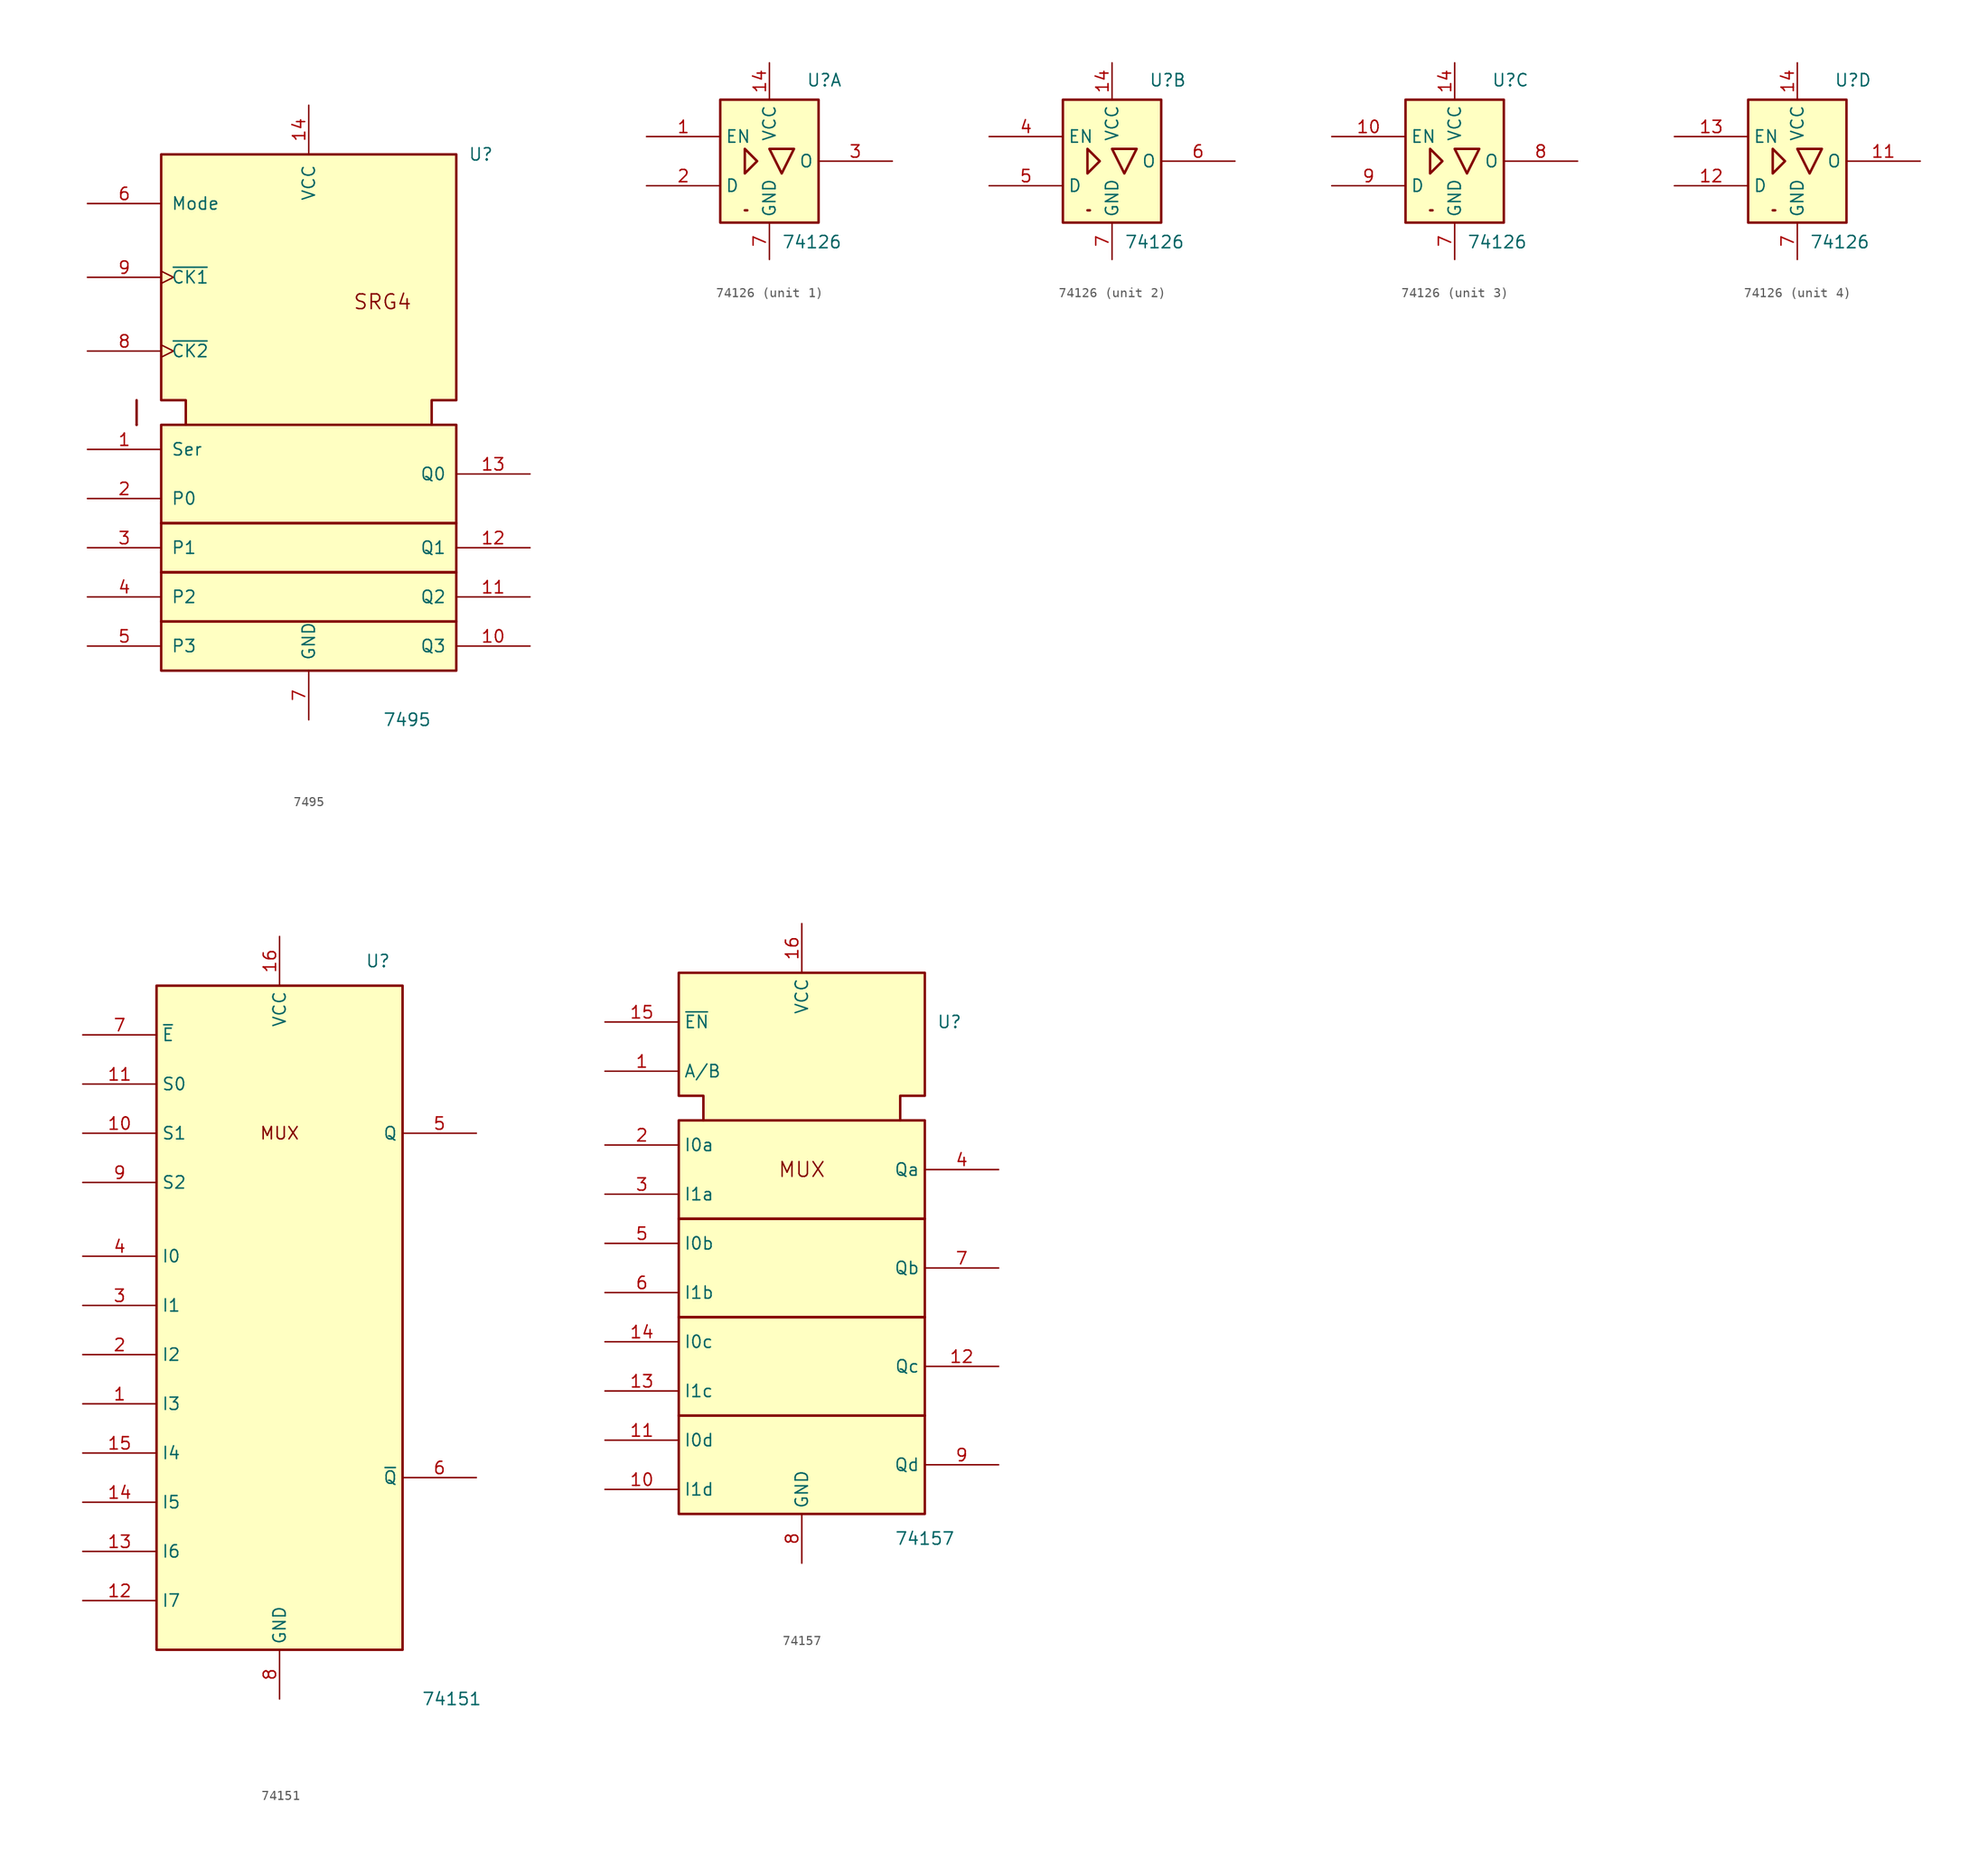
<source format=kicad_sym>
(kicad_symbol_lib
  (version 20231120)
  (generator "kicad_symbol_editor")
  (generator_version "8.0")
  (symbol "7495"
    (pin_names
      (offset 1.016))
    (property "Reference" "U"
      (at 17.78 27.94 0)
      (effects (font (size 1.27 1.27))))
    (property "Value" "7495"
      (at 10.16 -30.48 0)
      (effects (font (size 1.27 1.27))))
    (symbol "7495_0_0"
      (polyline (pts (xy -17.78 0) (xy -17.78 0)) (stroke (width 0.254) (type default)) (fill (type background)))
      (polyline (pts (xy -17.78 2.54) (xy -17.78 0) (xy -17.78 0)) (stroke (width 0.254) (type default)) (fill (type background)))
      (text "SRG4" (at 7.62 12.7 0) (effects (font (size 1.524 1.524))))
      (pin power_in line (at 0 33.02 270) (length 5.08) (name "VCC" (effects (font (size 1.27 1.27)))) (number "14" (effects (font (size 1.27 1.27)))))
      (pin power_in line (at 0 -30.48 90) (length 5.08) (name "GND" (effects (font (size 1.27 1.27)))) (number "7" (effects (font (size 1.27 1.27))))))
    (symbol "7495_0_1"
      (rectangle (start -15.24 -20.32) (end 15.24 -25.4) (stroke (width 0.254) (type default)) (fill (type background)))
      (rectangle (start -15.24 -15.24) (end 15.24 -20.32) (stroke (width 0.254) (type default)) (fill (type background)))
      (rectangle (start -15.24 -10.16) (end 15.24 -15.24) (stroke (width 0.254) (type default)) (fill (type background)))
      (rectangle (start -15.24 0) (end 15.24 -10.16) (stroke (width 0.254) (type default)) (fill (type background)))
      (polyline (pts (xy -12.7 0) (xy -12.7 2.54) (xy -15.24 2.54) (xy -15.24 27.94) (xy 15.24 27.94) (xy 15.24 2.54) (xy 12.7 2.54) (xy 12.7 0) (xy 12.7 0)) (stroke (width 0.254) (type default)) (fill (type background))))
    (symbol "7495_1_1"
      (pin input line (at -22.86 -2.54 0) (length 7.62) (name "Ser" (effects (font (size 1.27 1.27)))) (number "1" (effects (font (size 1.27 1.27)))))
      (pin output line (at 22.86 -22.86 180) (length 7.62) (name "Q3" (effects (font (size 1.27 1.27)))) (number "10" (effects (font (size 1.27 1.27)))))
      (pin output line (at 22.86 -17.78 180) (length 7.62) (name "Q2" (effects (font (size 1.27 1.27)))) (number "11" (effects (font (size 1.27 1.27)))))
      (pin output line (at 22.86 -12.7 180) (length 7.62) (name "Q1" (effects (font (size 1.27 1.27)))) (number "12" (effects (font (size 1.27 1.27)))))
      (pin output line (at 22.86 -5.08 180) (length 7.62) (name "Q0" (effects (font (size 1.27 1.27)))) (number "13" (effects (font (size 1.27 1.27)))))
      (pin input line (at -22.86 -7.62 0) (length 7.62) (name "P0" (effects (font (size 1.27 1.27)))) (number "2" (effects (font (size 1.27 1.27)))))
      (pin input line (at -22.86 -12.7 0) (length 7.62) (name "P1" (effects (font (size 1.27 1.27)))) (number "3" (effects (font (size 1.27 1.27)))))
      (pin input line (at -22.86 -17.78 0) (length 7.62) (name "P2" (effects (font (size 1.27 1.27)))) (number "4" (effects (font (size 1.27 1.27)))))
      (pin input line (at -22.86 -22.86 0) (length 7.62) (name "P3" (effects (font (size 1.27 1.27)))) (number "5" (effects (font (size 1.27 1.27)))))
      (pin input line (at -22.86 22.86 0) (length 7.62) (name "Mode" (effects (font (size 1.27 1.27)))) (number "6" (effects (font (size 1.27 1.27)))))
      (pin input clock (at -22.86 7.62 0) (length 7.62) (name "~{CK2}" (effects (font (size 1.27 1.27)))) (number "8" (effects (font (size 1.27 1.27)))))
      (pin input clock (at -22.86 15.24 0) (length 7.62) (name "~{CK1}" (effects (font (size 1.27 1.27)))) (number "9" (effects (font (size 1.27 1.27)))))))
  (symbol "74126"
    (property "Reference" "U"
      (at 3.81 7.62 0)
      (effects (font (size 1.27 1.27)) (justify left bottom)))
    (property "Value" "74126"
      (at 1.27 -7.62 0)
      (effects (font (size 1.27 1.27)) (justify left top)))
    (symbol "74126_0_0"
      (rectangle (start -2.286 -5.08) (end -2.54 -5.08) (stroke (width 0.254) (type default)) (fill (type background)))
      (pin power_in line (at 0 10.16 270) (length 3.81) (name "VCC" (effects (font (size 1.27 1.27)))) (number "14" (effects (font (size 1.27 1.27)))))
      (pin power_in line (at 0 -10.16 90) (length 3.81) (name "GND" (effects (font (size 1.27 1.27)))) (number "7" (effects (font (size 1.27 1.27))))))
    (symbol "74126_0_1"
      (rectangle (start -5.08 6.35) (end 5.08 -6.35) (stroke (width 0.254) (type default)) (fill (type background)))
      (polyline (pts (xy -2.54 1.27) (xy -2.54 -1.27) (xy -1.27 0) (xy -2.54 1.27) (xy -2.54 1.27)) (stroke (width 0.254) (type default)) (fill (type background)))
      (polyline (pts (xy 0 1.27) (xy 2.54 1.27) (xy 1.27 -1.27) (xy 0 1.27) (xy 0 1.27)) (stroke (width 0.254) (type default)) (fill (type background))))
    (symbol "74126_1_0"
      (pin input line (at -12.7 2.54 0) (length 7.62) (name "EN" (effects (font (size 1.27 1.27)))) (number "1" (effects (font (size 1.27 1.27))))))
    (symbol "74126_1_1"
      (pin input line (at -12.7 -2.54 0) (length 7.62) (name "D" (effects (font (size 1.27 1.27)))) (number "2" (effects (font (size 1.27 1.27)))))
      (pin tri_state line (at 12.7 0 180) (length 7.62) (name "O" (effects (font (size 1.27 1.27)))) (number "3" (effects (font (size 1.27 1.27))))))
    (symbol "74126_2_0"
      (pin input line (at -12.7 2.54 0) (length 7.62) (name "EN" (effects (font (size 1.27 1.27)))) (number "4" (effects (font (size 1.27 1.27))))))
    (symbol "74126_2_1"
      (pin input line (at -12.7 -2.54 0) (length 7.62) (name "D" (effects (font (size 1.27 1.27)))) (number "5" (effects (font (size 1.27 1.27)))))
      (pin tri_state line (at 12.7 0 180) (length 7.62) (name "O" (effects (font (size 1.27 1.27)))) (number "6" (effects (font (size 1.27 1.27))))))
    (symbol "74126_3_0"
      (pin input line (at -12.7 2.54 0) (length 7.62) (name "EN" (effects (font (size 1.27 1.27)))) (number "10" (effects (font (size 1.27 1.27))))))
    (symbol "74126_3_1"
      (pin tri_state line (at 12.7 0 180) (length 7.62) (name "O" (effects (font (size 1.27 1.27)))) (number "8" (effects (font (size 1.27 1.27)))))
      (pin input line (at -12.7 -2.54 0) (length 7.62) (name "D" (effects (font (size 1.27 1.27)))) (number "9" (effects (font (size 1.27 1.27))))))
    (symbol "74126_4_0"
      (pin input line (at -12.7 2.54 0) (length 7.62) (name "EN" (effects (font (size 1.27 1.27)))) (number "13" (effects (font (size 1.27 1.27))))))
    (symbol "74126_4_1"
      (pin tri_state line (at 12.7 0 180) (length 7.62) (name "O" (effects (font (size 1.27 1.27)))) (number "11" (effects (font (size 1.27 1.27)))))
      (pin input line (at -12.7 -2.54 0) (length 7.62) (name "D" (effects (font (size 1.27 1.27)))) (number "12" (effects (font (size 1.27 1.27)))))))
  (symbol "74151"
    (property "Reference" "U"
      (at 10.16 35.56 0)
      (effects (font (size 1.27 1.27))))
    (property "Value" "74151"
      (at 17.78 -40.64 0)
      (effects (font (size 1.27 1.27))))
    (symbol "74151_0_0"
      (rectangle (start -12.7 33.02) (end 12.7 -35.56) (stroke (width 0.254) (type default)) (fill (type background)))
      (text "MUX" (at 0 17.78 0) (effects (font (size 1.27 1.27))))
      (pin power_in line (at 0 38.1 270) (length 5.08) (name "VCC" (effects (font (size 1.27 1.27)))) (number "16" (effects (font (size 1.27 1.27)))))
      (pin power_in line (at 0 -40.64 90) (length 5.08) (name "GND" (effects (font (size 1.27 1.27)))) (number "8" (effects (font (size 1.27 1.27))))))
    (symbol "74151_1_1"
      (pin input line (at -20.32 -10.16 0) (length 7.62) (name "I3" (effects (font (size 1.27 1.27)))) (number "1" (effects (font (size 1.27 1.27)))))
      (pin input line (at -20.32 17.78 0) (length 7.62) (name "S1" (effects (font (size 1.27 1.27)))) (number "10" (effects (font (size 1.27 1.27)))))
      (pin input line (at -20.32 22.86 0) (length 7.62) (name "S0" (effects (font (size 1.27 1.27)))) (number "11" (effects (font (size 1.27 1.27)))))
      (pin input line (at -20.32 -30.48 0) (length 7.62) (name "I7" (effects (font (size 1.27 1.27)))) (number "12" (effects (font (size 1.27 1.27)))))
      (pin input line (at -20.32 -25.4 0) (length 7.62) (name "I6" (effects (font (size 1.27 1.27)))) (number "13" (effects (font (size 1.27 1.27)))))
      (pin input line (at -20.32 -20.32 0) (length 7.62) (name "I5" (effects (font (size 1.27 1.27)))) (number "14" (effects (font (size 1.27 1.27)))))
      (pin input line (at -20.32 -15.24 0) (length 7.62) (name "I4" (effects (font (size 1.27 1.27)))) (number "15" (effects (font (size 1.27 1.27)))))
      (pin input line (at -20.32 -5.08 0) (length 7.62) (name "I2" (effects (font (size 1.27 1.27)))) (number "2" (effects (font (size 1.27 1.27)))))
      (pin input line (at -20.32 0 0) (length 7.62) (name "I1" (effects (font (size 1.27 1.27)))) (number "3" (effects (font (size 1.27 1.27)))))
      (pin input line (at -20.32 5.08 0) (length 7.62) (name "I0" (effects (font (size 1.27 1.27)))) (number "4" (effects (font (size 1.27 1.27)))))
      (pin output line (at 20.32 17.78 180) (length 7.62) (name "Q" (effects (font (size 1.27 1.27)))) (number "5" (effects (font (size 1.27 1.27)))))
      (pin output line (at 20.32 -17.78 180) (length 7.62) (name "~{Q}" (effects (font (size 1.27 1.27)))) (number "6" (effects (font (size 1.27 1.27)))))
      (pin input line (at -20.32 27.94 0) (length 7.62) (name "~{E}" (effects (font (size 1.27 1.27)))) (number "7" (effects (font (size 1.27 1.27)))))
      (pin input line (at -20.32 12.7 0) (length 7.62) (name "S2" (effects (font (size 1.27 1.27)))) (number "9" (effects (font (size 1.27 1.27)))))))
  (symbol "74157"
    (property "Reference" "U"
      (at 15.24 20.32 0)
      (effects (font (size 1.27 1.27))))
    (property "Value" "74157"
      (at 12.7 -33.02 0)
      (effects (font (size 1.27 1.27))))
    (symbol "74157_0_0"
      (rectangle (start -12.7 -20.32) (end 12.7 -30.48) (stroke (width 0.254) (type default)) (fill (type background)))
      (rectangle (start -12.7 -10.16) (end 12.7 -20.32) (stroke (width 0.254) (type default)) (fill (type background)))
      (rectangle (start -12.7 0) (end 12.7 -10.16) (stroke (width 0.254) (type default)) (fill (type background)))
      (rectangle (start -12.7 10.16) (end 12.7 0) (stroke (width 0.254) (type default)) (fill (type background)))
      (polyline (pts (xy -10.16 10.16) (xy -10.16 12.7) (xy -12.7 12.7) (xy -12.7 25.4) (xy 12.7 25.4) (xy 12.7 12.7) (xy 10.16 12.7) (xy 10.16 10.16) (xy 10.16 10.16)) (stroke (width 0.254) (type default)) (fill (type background)))
      (text "MUX" (at 0 5.08 0) (effects (font (size 1.524 1.524))))
      (pin power_in line (at 0 30.48 270) (length 5.08) (name "VCC" (effects (font (size 1.27 1.27)))) (number "16" (effects (font (size 1.27 1.27)))))
      (pin power_in line (at 0 -35.56 90) (length 5.08) (name "GND" (effects (font (size 1.27 1.27)))) (number "8" (effects (font (size 1.27 1.27))))))
    (symbol "74157_1_1"
      (pin input line (at -20.32 15.24 0) (length 7.62) (name "A/B" (effects (font (size 1.27 1.27)))) (number "1" (effects (font (size 1.27 1.27)))))
      (pin input line (at -20.32 -27.94 0) (length 7.62) (name "I1d" (effects (font (size 1.27 1.27)))) (number "10" (effects (font (size 1.27 1.27)))))
      (pin input line (at -20.32 -22.86 0) (length 7.62) (name "I0d" (effects (font (size 1.27 1.27)))) (number "11" (effects (font (size 1.27 1.27)))))
      (pin output line (at 20.32 -15.24 180) (length 7.62) (name "Qc" (effects (font (size 1.27 1.27)))) (number "12" (effects (font (size 1.27 1.27)))))
      (pin input line (at -20.32 -17.78 0) (length 7.62) (name "I1c" (effects (font (size 1.27 1.27)))) (number "13" (effects (font (size 1.27 1.27)))))
      (pin input line (at -20.32 -12.7 0) (length 7.62) (name "I0c" (effects (font (size 1.27 1.27)))) (number "14" (effects (font (size 1.27 1.27)))))
      (pin input line (at -20.32 20.32 0) (length 7.62) (name "~{EN}" (effects (font (size 1.27 1.27)))) (number "15" (effects (font (size 1.27 1.27)))))
      (pin input line (at -20.32 7.62 0) (length 7.62) (name "I0a" (effects (font (size 1.27 1.27)))) (number "2" (effects (font (size 1.27 1.27)))))
      (pin input line (at -20.32 2.54 0) (length 7.62) (name "I1a" (effects (font (size 1.27 1.27)))) (number "3" (effects (font (size 1.27 1.27)))))
      (pin output line (at 20.32 5.08 180) (length 7.62) (name "Qa" (effects (font (size 1.27 1.27)))) (number "4" (effects (font (size 1.27 1.27)))))
      (pin input line (at -20.32 -2.54 0) (length 7.62) (name "I0b" (effects (font (size 1.27 1.27)))) (number "5" (effects (font (size 1.27 1.27)))))
      (pin input line (at -20.32 -7.62 0) (length 7.62) (name "I1b" (effects (font (size 1.27 1.27)))) (number "6" (effects (font (size 1.27 1.27)))))
      (pin output line (at 20.32 -5.08 180) (length 7.62) (name "Qb" (effects (font (size 1.27 1.27)))) (number "7" (effects (font (size 1.27 1.27)))))
      (pin output line (at 20.32 -25.4 180) (length 7.62) (name "Qd" (effects (font (size 1.27 1.27)))) (number "9" (effects (font (size 1.27 1.27))))))))
</source>
